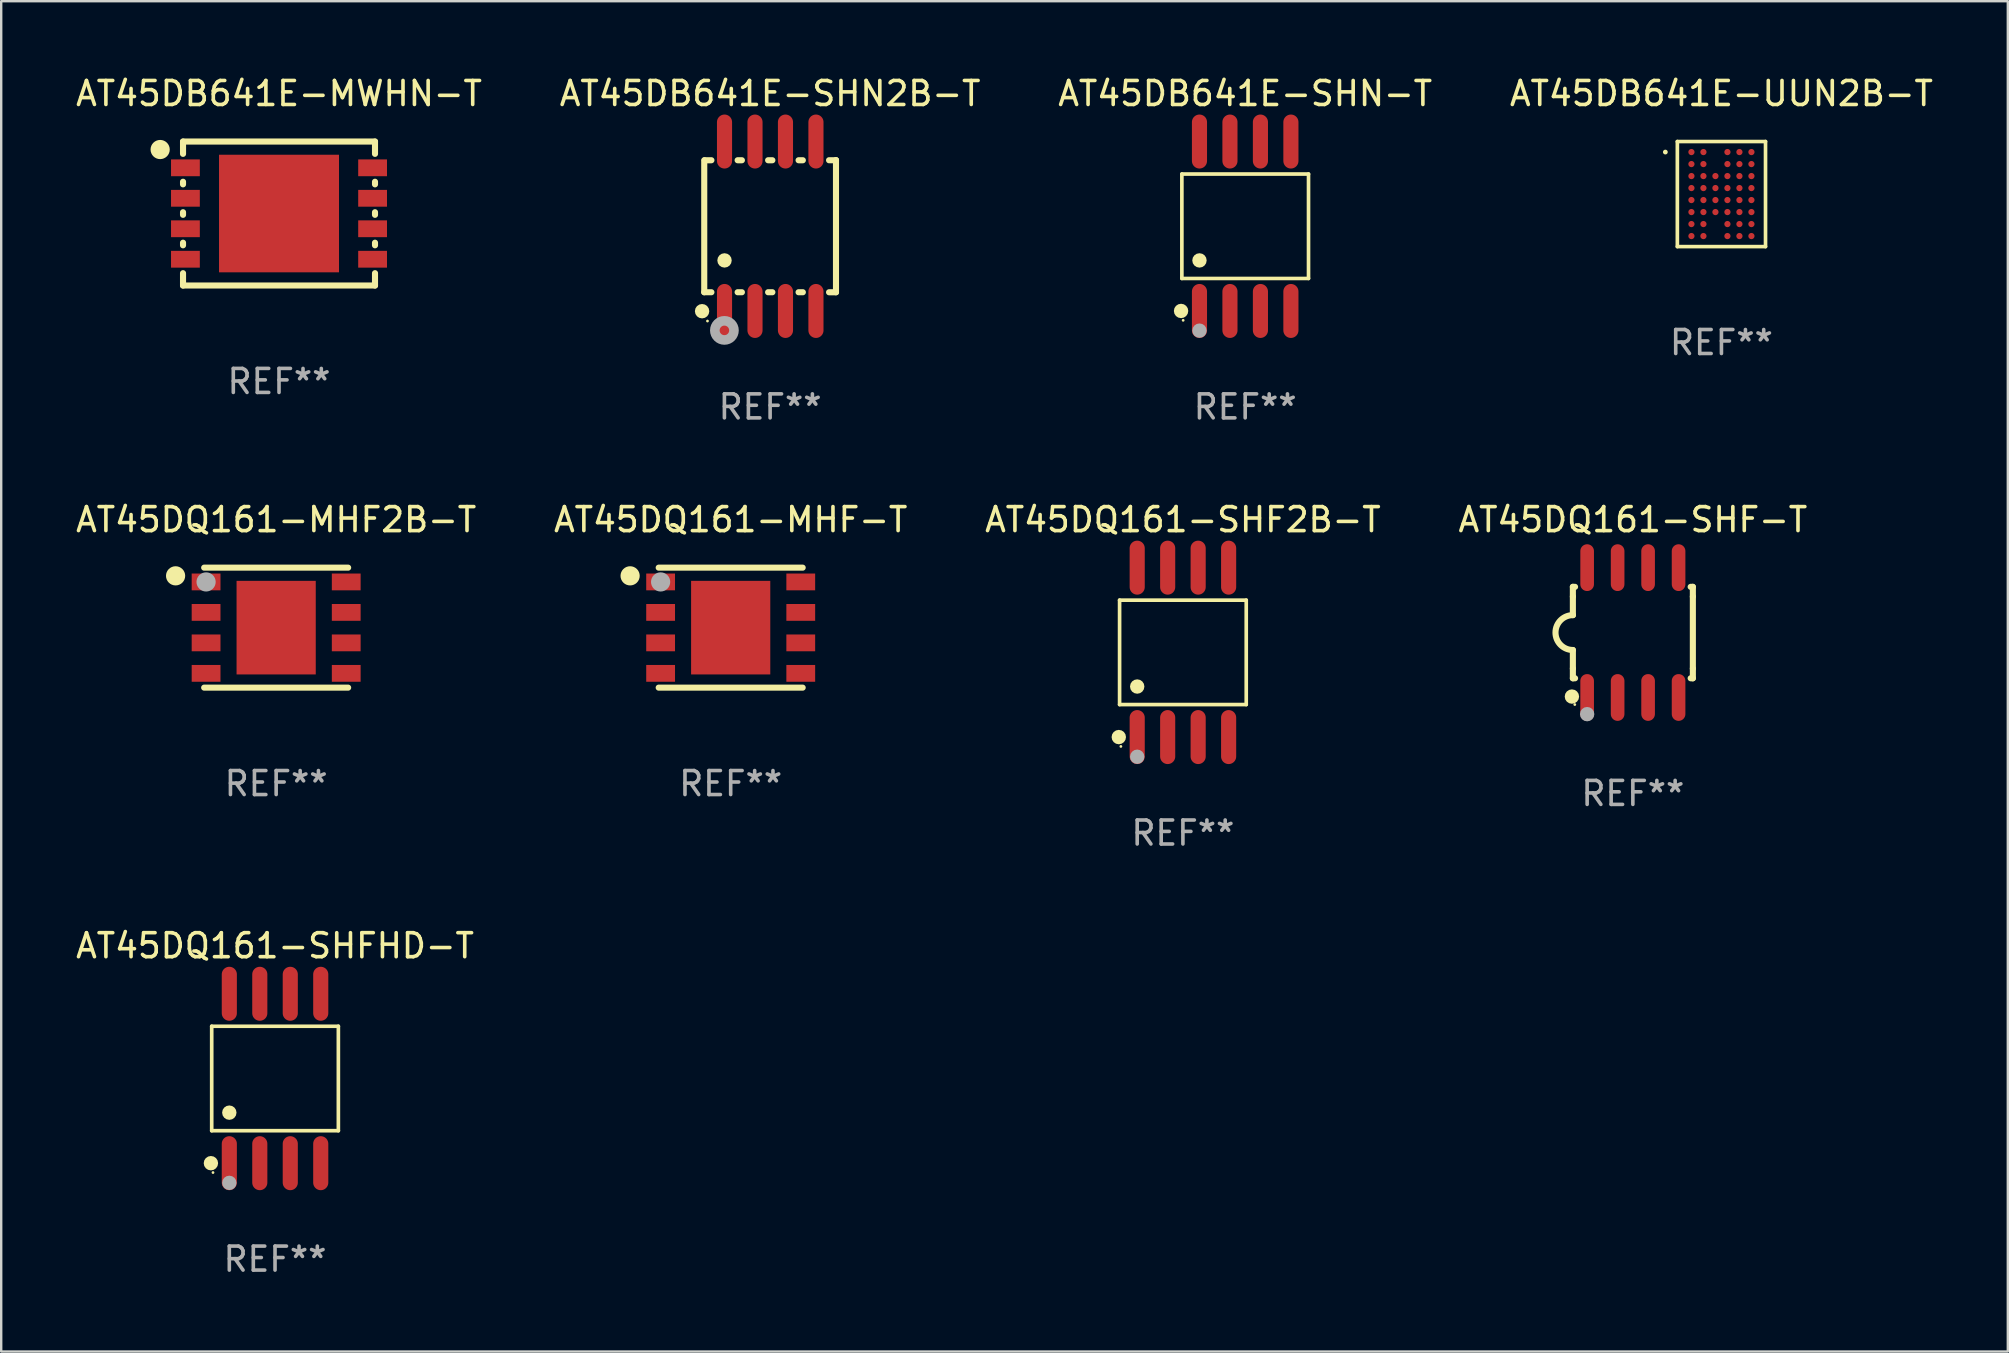
<source format=kicad_pcb>
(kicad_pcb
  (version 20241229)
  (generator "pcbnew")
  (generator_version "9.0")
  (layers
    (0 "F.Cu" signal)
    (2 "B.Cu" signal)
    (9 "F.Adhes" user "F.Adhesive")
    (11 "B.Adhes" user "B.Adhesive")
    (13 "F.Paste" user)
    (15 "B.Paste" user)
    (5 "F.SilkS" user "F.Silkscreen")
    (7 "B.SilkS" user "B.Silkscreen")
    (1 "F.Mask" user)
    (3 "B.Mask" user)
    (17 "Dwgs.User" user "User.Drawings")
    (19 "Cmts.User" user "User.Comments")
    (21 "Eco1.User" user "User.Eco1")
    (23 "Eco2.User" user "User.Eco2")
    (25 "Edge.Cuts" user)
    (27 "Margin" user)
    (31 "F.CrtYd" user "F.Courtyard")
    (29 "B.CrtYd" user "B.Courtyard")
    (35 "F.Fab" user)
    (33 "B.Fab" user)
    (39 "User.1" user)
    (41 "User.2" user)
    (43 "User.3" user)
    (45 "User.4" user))
  (footprint "AT45DB641E-SHN2B-T"
    (layer "F.Cu")
    (at 29.042 6.378)
    (property "Reference" "AT45DB641E-SHN2B-T" (at 0 -5.53 0) (layer "F.SilkS") (effects (font (size 1 1) (thickness 0.15))))
    (attr through_hole)
    (fp_line (start -2.745 -2.75) (end -2.745 2.75) (stroke (width 0.254) (type solid)) (layer "F.SilkS"))
    (fp_line (start -2.745 2.75) (end -2.446 2.75) (stroke (width 0.254) (type solid)) (layer "F.SilkS"))
    (fp_line (start -2.446 -2.75) (end -2.725 -2.75) (stroke (width 0.254) (type solid)) (layer "F.SilkS"))
    (fp_line (start -1.354 2.75) (end -1.176 2.75) (stroke (width 0.254) (type solid)) (layer "F.SilkS"))
    (fp_line (start -1.176 -2.75) (end -1.354 -2.75) (stroke (width 0.254) (type solid)) (layer "F.SilkS"))
    (fp_line (start -0.084 2.75) (end 0.094 2.75) (stroke (width 0.254) (type solid)) (layer "F.SilkS"))
    (fp_line (start 0.094 -2.75) (end -0.084 -2.75) (stroke (width 0.254) (type solid)) (layer "F.SilkS"))
    (fp_line (start 1.186 2.75) (end 1.364 2.75) (stroke (width 0.254) (type solid)) (layer "F.SilkS"))
    (fp_line (start 1.364 -2.75) (end 1.186 -2.75) (stroke (width 0.254) (type solid)) (layer "F.SilkS"))
    (fp_line (start 2.456 2.751) (end 2.745 2.751) (stroke (width 0.254) (type solid)) (layer "F.SilkS"))
    (fp_line (start 2.745 -2.751) (end 2.456 -2.751) (stroke (width 0.254) (type solid)) (layer "F.SilkS"))
    (fp_line (start 2.745 -2.751) (end 2.745 -2.751) (stroke (width 0.254) (type solid)) (layer "F.SilkS"))
    (fp_line (start 2.745 2.751) (end 2.745 -2.751) (stroke (width 0.254) (type solid)) (layer "F.SilkS"))
    (fp_circle (center -2.835 3.54) (end -2.685 3.54) (stroke (width 0.3) (type solid)) (fill no) (layer "F.SilkS"))
    (fp_circle (center -2.61 3.95) (end -2.58 3.95) (stroke (width 0.06) (type solid)) (fill no) (layer "F.SilkS"))
    (fp_circle (center -1.9 1.424) (end -1.75 1.424) (stroke (width 0.3) (type solid)) (fill no) (layer "F.SilkS"))
    (fp_circle (center -1.905 4.34) (end -1.706 4.34) (stroke (width 0.4) (type solid)) (fill no) (layer "F.Fab"))
    (fp_text user "REF**" (at 0 7.53 0) (layer "F.Fab") (effects (font (size 1 1) (thickness 0.15))))
    (pad "1" smd oval (at -1.9 3.53) (size 0.63 2.25) (layers "F.Cu" "F.Mask" "F.Paste"))
    (pad "2" smd oval (at -0.63 3.53) (size 0.63 2.25) (layers "F.Cu" "F.Mask" "F.Paste"))
    (pad "3" smd oval (at 0.64 3.53) (size 0.63 2.25) (layers "F.Cu" "F.Mask" "F.Paste"))
    (pad "4" smd oval (at 1.91 3.53) (size 0.63 2.25) (layers "F.Cu" "F.Mask" "F.Paste"))
    (pad "5" smd oval (at 1.91 -3.53) (size 0.63 2.25) (layers "F.Cu" "F.Mask" "F.Paste"))
    (pad "6" smd oval (at 0.64 -3.53) (size 0.63 2.25) (layers "F.Cu" "F.Mask" "F.Paste"))
    (pad "7" smd oval (at -0.63 -3.53) (size 0.63 2.25) (layers "F.Cu" "F.Mask" "F.Paste"))
    (pad "8" smd oval (at -1.9 -3.53) (size 0.63 2.25) (layers "F.Cu" "F.Mask" "F.Paste")))
  (footprint "AT45DQ161-MHF-T"
    (layer "F.Cu")
    (at 27.399 23.105)
    (property "Reference" "AT45DQ161-MHF-T" (at 0 -4.5 0) (layer "F.SilkS") (effects (font (size 1 1) (thickness 0.15))))
    (attr through_hole)
    (fp_line (start 3 -2.5) (end -3 -2.5) (stroke (width 0.254) (type solid)) (layer "F.SilkS"))
    (fp_line (start 3 2.5) (end -3 2.5) (stroke (width 0.254) (type solid)) (layer "F.SilkS"))
    (fp_circle (center -4.191 -2.159) (end -3.991 -2.159) (stroke (width 0.4) (type solid)) (fill no) (layer "F.SilkS"))
    (fp_circle (center -3 -2.5) (end -2.97 -2.5) (stroke (width 0.06) (type solid)) (fill no) (layer "F.SilkS"))
    (fp_circle (center -2.92 -1.905) (end -2.72 -1.905) (stroke (width 0.4) (type solid)) (fill no) (layer "F.Fab"))
    (fp_text user "REF**" (at 0 6.5 0) (layer "F.Fab") (effects (font (size 1 1) (thickness 0.15))))
    (pad "1" smd rect (at -2.92 -1.905) (size 1.2 0.7) (layers "F.Cu" "F.Mask" "F.Paste"))
    (pad "2" smd rect (at -2.92 -0.635) (size 1.2 0.7) (layers "F.Cu" "F.Mask" "F.Paste"))
    (pad "3" smd rect (at -2.92 0.635) (size 1.2 0.7) (layers "F.Cu" "F.Mask" "F.Paste"))
    (pad "4" smd rect (at -2.92 1.905) (size 1.2 0.7) (layers "F.Cu" "F.Mask" "F.Paste"))
    (pad "5" smd rect (at 2.92 1.905) (size 1.2 0.7) (layers "F.Cu" "F.Mask" "F.Paste"))
    (pad "6" smd rect (at 2.92 0.635) (size 1.2 0.7) (layers "F.Cu" "F.Mask" "F.Paste"))
    (pad "7" smd rect (at 2.92 -0.635) (size 1.2 0.7) (layers "F.Cu" "F.Mask" "F.Paste"))
    (pad "8" smd rect (at 2.92 -1.905) (size 1.2 0.7) (layers "F.Cu" "F.Mask" "F.Paste"))
    (pad "9" smd rect (at 0 0) (size 3.3 3.9) (layers "F.Cu" "F.Mask" "F.Paste")))
  (footprint "AT45DB641E-SHN-T"
    (layer "F.Cu")
    (at 48.839 6.378)
    (property "Reference" "AT45DB641E-SHN-T" (at 0 -5.53 0) (layer "F.SilkS") (effects (font (size 1 1) (thickness 0.15))))
    (attr through_hole)
    (fp_line (start -2.639 -2.176) (end 2.639 -2.176) (stroke (width 0.152) (type solid)) (layer "F.SilkS"))
    (fp_line (start -2.639 2.176) (end -2.639 -2.176) (stroke (width 0.152) (type solid)) (layer "F.SilkS"))
    (fp_line (start 2.639 -2.176) (end 2.639 2.176) (stroke (width 0.152) (type solid)) (layer "F.SilkS"))
    (fp_line (start 2.639 2.176) (end -2.639 2.176) (stroke (width 0.152) (type solid)) (layer "F.SilkS"))
    (fp_circle (center -2.672 3.53) (end -2.522 3.53) (stroke (width 0.3) (type solid)) (fill no) (layer "F.SilkS"))
    (fp_circle (center -2.585 3.92) (end -2.555 3.92) (stroke (width 0.06) (type solid)) (fill no) (layer "F.SilkS"))
    (fp_circle (center -1.905 1.424) (end -1.755 1.424) (stroke (width 0.3) (type solid)) (fill no) (layer "F.SilkS"))
    (fp_circle (center -1.905 4.35) (end -1.755 4.35) (stroke (width 0.3) (type solid)) (fill no) (layer "F.Fab"))
    (fp_text user "REF**" (at 0 7.53 0) (layer "F.Fab") (effects (font (size 1 1) (thickness 0.15))))
    (pad "1" smd oval (at -1.905 3.53) (size 0.63 2.25) (layers "F.Cu" "F.Mask" "F.Paste"))
    (pad "2" smd oval (at -0.635 3.53) (size 0.63 2.25) (layers "F.Cu" "F.Mask" "F.Paste"))
    (pad "3" smd oval (at 0.635 3.53) (size 0.63 2.25) (layers "F.Cu" "F.Mask" "F.Paste"))
    (pad "4" smd oval (at 1.905 3.53) (size 0.63 2.25) (layers "F.Cu" "F.Mask" "F.Paste"))
    (pad "5" smd oval (at 1.905 -3.53) (size 0.63 2.25) (layers "F.Cu" "F.Mask" "F.Paste"))
    (pad "6" smd oval (at 0.635 -3.53) (size 0.63 2.25) (layers "F.Cu" "F.Mask" "F.Paste"))
    (pad "7" smd oval (at -0.635 -3.53) (size 0.63 2.25) (layers "F.Cu" "F.Mask" "F.Paste"))
    (pad "8" smd oval (at -1.905 -3.53) (size 0.63 2.25) (layers "F.Cu" "F.Mask" "F.Paste")))
  (footprint "AT45DQ161-MHF2B-T"
    (layer "F.Cu")
    (at 8.458 23.105)
    (property "Reference" "AT45DQ161-MHF2B-T" (at 0 -4.5 0) (layer "F.SilkS") (effects (font (size 1 1) (thickness 0.15))))
    (attr through_hole)
    (fp_line (start 3 -2.5) (end -3 -2.5) (stroke (width 0.254) (type solid)) (layer "F.SilkS"))
    (fp_line (start 3 2.5) (end -3 2.5) (stroke (width 0.254) (type solid)) (layer "F.SilkS"))
    (fp_circle (center -4.191 -2.159) (end -3.991 -2.159) (stroke (width 0.4) (type solid)) (fill no) (layer "F.SilkS"))
    (fp_circle (center -3 -2.5) (end -2.97 -2.5) (stroke (width 0.06) (type solid)) (fill no) (layer "F.SilkS"))
    (fp_circle (center -2.92 -1.905) (end -2.72 -1.905) (stroke (width 0.4) (type solid)) (fill no) (layer "F.Fab"))
    (fp_text user "REF**" (at 0 6.5 0) (layer "F.Fab") (effects (font (size 1 1) (thickness 0.15))))
    (pad "1" smd rect (at -2.92 -1.905) (size 1.2 0.7) (layers "F.Cu" "F.Mask" "F.Paste"))
    (pad "2" smd rect (at -2.92 -0.635) (size 1.2 0.7) (layers "F.Cu" "F.Mask" "F.Paste"))
    (pad "3" smd rect (at -2.92 0.635) (size 1.2 0.7) (layers "F.Cu" "F.Mask" "F.Paste"))
    (pad "4" smd rect (at -2.92 1.905) (size 1.2 0.7) (layers "F.Cu" "F.Mask" "F.Paste"))
    (pad "5" smd rect (at 2.92 1.905) (size 1.2 0.7) (layers "F.Cu" "F.Mask" "F.Paste"))
    (pad "6" smd rect (at 2.92 0.635) (size 1.2 0.7) (layers "F.Cu" "F.Mask" "F.Paste"))
    (pad "7" smd rect (at 2.92 -0.635) (size 1.2 0.7) (layers "F.Cu" "F.Mask" "F.Paste"))
    (pad "8" smd rect (at 2.92 -1.905) (size 1.2 0.7) (layers "F.Cu" "F.Mask" "F.Paste"))
    (pad "9" smd rect (at 0 0) (size 3.3 3.9) (layers "F.Cu" "F.Mask" "F.Paste")))
  (footprint "AT45DQ161-SHF2B-T"
    (layer "F.Cu")
    (at 46.244 24.135)
    (property "Reference" "AT45DQ161-SHF2B-T" (at 0 -5.53 0) (layer "F.SilkS") (effects (font (size 1 1) (thickness 0.15))))
    (attr through_hole)
    (fp_line (start -2.639 -2.176) (end 2.639 -2.176) (stroke (width 0.152) (type solid)) (layer "F.SilkS"))
    (fp_line (start -2.639 2.176) (end -2.639 -2.176) (stroke (width 0.152) (type solid)) (layer "F.SilkS"))
    (fp_line (start 2.639 -2.176) (end 2.639 2.176) (stroke (width 0.152) (type solid)) (layer "F.SilkS"))
    (fp_line (start 2.639 2.176) (end -2.639 2.176) (stroke (width 0.152) (type solid)) (layer "F.SilkS"))
    (fp_circle (center -2.672 3.53) (end -2.522 3.53) (stroke (width 0.3) (type solid)) (fill no) (layer "F.SilkS"))
    (fp_circle (center -2.585 3.92) (end -2.555 3.92) (stroke (width 0.06) (type solid)) (fill no) (layer "F.SilkS"))
    (fp_circle (center -1.905 1.424) (end -1.755 1.424) (stroke (width 0.3) (type solid)) (fill no) (layer "F.SilkS"))
    (fp_circle (center -1.905 4.35) (end -1.755 4.35) (stroke (width 0.3) (type solid)) (fill no) (layer "F.Fab"))
    (fp_text user "REF**" (at 0 7.53 0) (layer "F.Fab") (effects (font (size 1 1) (thickness 0.15))))
    (pad "1" smd oval (at -1.905 3.53) (size 0.63 2.25) (layers "F.Cu" "F.Mask" "F.Paste"))
    (pad "2" smd oval (at -0.635 3.53) (size 0.63 2.25) (layers "F.Cu" "F.Mask" "F.Paste"))
    (pad "3" smd oval (at 0.635 3.53) (size 0.63 2.25) (layers "F.Cu" "F.Mask" "F.Paste"))
    (pad "4" smd oval (at 1.905 3.53) (size 0.63 2.25) (layers "F.Cu" "F.Mask" "F.Paste"))
    (pad "5" smd oval (at 1.905 -3.53) (size 0.63 2.25) (layers "F.Cu" "F.Mask" "F.Paste"))
    (pad "6" smd oval (at 0.635 -3.53) (size 0.63 2.25) (layers "F.Cu" "F.Mask" "F.Paste"))
    (pad "7" smd oval (at -0.635 -3.53) (size 0.63 2.25) (layers "F.Cu" "F.Mask" "F.Paste"))
    (pad "8" smd oval (at -1.905 -3.53) (size 0.63 2.25) (layers "F.Cu" "F.Mask" "F.Paste")))
  (footprint "AT45DB641E-UUN2B-T"
    (layer "F.Cu")
    (at 68.685 5.037)
    (property "Reference" "AT45DB641E-UUN2B-T" (at 0 -4.189 0) (layer "F.SilkS") (effects (font (size 1 1) (thickness 0.15))))
    (attr through_hole)
    (fp_line (start -1.837 -2.189) (end 1.837 -2.189) (stroke (width 0.152) (type solid)) (layer "F.SilkS"))
    (fp_line (start -1.837 2.189) (end -1.837 -2.189) (stroke (width 0.152) (type solid)) (layer "F.SilkS"))
    (fp_line (start 1.837 -2.189) (end 1.837 2.189) (stroke (width 0.152) (type solid)) (layer "F.SilkS"))
    (fp_line (start 1.837 2.189) (end -1.837 2.189) (stroke (width 0.152) (type solid)) (layer "F.SilkS"))
    (fp_circle (center -2.337 -1.75) (end -2.287 -1.75) (stroke (width 0.1) (type solid)) (fill no) (layer "F.SilkS"))
    (fp_text user "REF**" (at 0 6.189 0) (layer "F.Fab") (effects (font (size 1 1) (thickness 0.15))))
    (pad "A1" smd circle (at -1.25 -1.75) (size 0.26 0.26) (layers "F.Cu" "F.Mask" "F.Paste"))
    (pad "A2" smd circle (at -0.75 -1.75) (size 0.26 0.26) (layers "F.Cu" "F.Mask" "F.Paste"))
    (pad "A4" smd circle (at 0.25 -1.75) (size 0.26 0.26) (layers "F.Cu" "F.Mask" "F.Paste"))
    (pad "A5" smd circle (at 0.75 -1.75) (size 0.26 0.26) (layers "F.Cu" "F.Mask" "F.Paste"))
    (pad "A6" smd circle (at 1.25 -1.75) (size 0.26 0.26) (layers "F.Cu" "F.Mask" "F.Paste"))
    (pad "B1" smd circle (at -1.25 -1.25) (size 0.26 0.26) (layers "F.Cu" "F.Mask" "F.Paste"))
    (pad "B2" smd circle (at -0.75 -1.25) (size 0.26 0.26) (layers "F.Cu" "F.Mask" "F.Paste"))
    (pad "B4" smd circle (at 0.25 -1.25) (size 0.26 0.26) (layers "F.Cu" "F.Mask" "F.Paste"))
    (pad "B5" smd circle (at 0.75 -1.25) (size 0.26 0.26) (layers "F.Cu" "F.Mask" "F.Paste"))
    (pad "B6" smd circle (at 1.25 -1.25) (size 0.26 0.26) (layers "F.Cu" "F.Mask" "F.Paste"))
    (pad "C1" smd circle (at -1.25 -0.75) (size 0.26 0.26) (layers "F.Cu" "F.Mask" "F.Paste"))
    (pad "C2" smd circle (at -0.75 -0.75) (size 0.26 0.26) (layers "F.Cu" "F.Mask" "F.Paste"))
    (pad "C3" smd circle (at -0.25 -0.75) (size 0.26 0.26) (layers "F.Cu" "F.Mask" "F.Paste"))
    (pad "C4" smd circle (at 0.25 -0.75) (size 0.26 0.26) (layers "F.Cu" "F.Mask" "F.Paste"))
    (pad "C5" smd circle (at 0.75 -0.75) (size 0.26 0.26) (layers "F.Cu" "F.Mask" "F.Paste"))
    (pad "C6" smd circle (at 1.25 -0.75) (size 0.26 0.26) (layers "F.Cu" "F.Mask" "F.Paste"))
    (pad "D1" smd circle (at -1.25 -0.25) (size 0.26 0.26) (layers "F.Cu" "F.Mask" "F.Paste"))
    (pad "D2" smd circle (at -0.75 -0.25) (size 0.26 0.26) (layers "F.Cu" "F.Mask" "F.Paste"))
    (pad "D3" smd circle (at -0.25 -0.25) (size 0.26 0.26) (layers "F.Cu" "F.Mask" "F.Paste"))
    (pad "D4" smd circle (at 0.25 -0.25) (size 0.26 0.26) (layers "F.Cu" "F.Mask" "F.Paste"))
    (pad "D5" smd circle (at 0.75 -0.25) (size 0.26 0.26) (layers "F.Cu" "F.Mask" "F.Paste"))
    (pad "D6" smd circle (at 1.25 -0.25) (size 0.26 0.26) (layers "F.Cu" "F.Mask" "F.Paste"))
    (pad "E1" smd circle (at -1.25 0.25) (size 0.26 0.26) (layers "F.Cu" "F.Mask" "F.Paste"))
    (pad "E2" smd circle (at -0.75 0.25) (size 0.26 0.26) (layers "F.Cu" "F.Mask" "F.Paste"))
    (pad "E3" smd circle (at -0.25 0.25) (size 0.26 0.26) (layers "F.Cu" "F.Mask" "F.Paste"))
    (pad "E4" smd circle (at 0.25 0.25) (size 0.26 0.26) (layers "F.Cu" "F.Mask" "F.Paste"))
    (pad "E5" smd circle (at 0.75 0.25) (size 0.26 0.26) (layers "F.Cu" "F.Mask" "F.Paste"))
    (pad "E6" smd circle (at 1.25 0.25) (size 0.26 0.26) (layers "F.Cu" "F.Mask" "F.Paste"))
    (pad "F1" smd circle (at -1.25 0.75) (size 0.26 0.26) (layers "F.Cu" "F.Mask" "F.Paste"))
    (pad "F2" smd circle (at -0.75 0.75) (size 0.26 0.26) (layers "F.Cu" "F.Mask" "F.Paste"))
    (pad "F3" smd circle (at -0.25 0.75) (size 0.26 0.26) (layers "F.Cu" "F.Mask" "F.Paste"))
    (pad "F4" smd circle (at 0.25 0.75) (size 0.26 0.26) (layers "F.Cu" "F.Mask" "F.Paste"))
    (pad "F5" smd circle (at 0.75 0.75) (size 0.26 0.26) (layers "F.Cu" "F.Mask" "F.Paste"))
    (pad "F6" smd circle (at 1.25 0.75) (size 0.26 0.26) (layers "F.Cu" "F.Mask" "F.Paste"))
    (pad "G1" smd circle (at -1.25 1.25) (size 0.26 0.26) (layers "F.Cu" "F.Mask" "F.Paste"))
    (pad "G2" smd circle (at -0.75 1.25) (size 0.26 0.26) (layers "F.Cu" "F.Mask" "F.Paste"))
    (pad "G4" smd circle (at 0.25 1.25) (size 0.26 0.26) (layers "F.Cu" "F.Mask" "F.Paste"))
    (pad "G5" smd circle (at 0.75 1.25) (size 0.26 0.26) (layers "F.Cu" "F.Mask" "F.Paste"))
    (pad "G6" smd circle (at 1.25 1.25) (size 0.26 0.26) (layers "F.Cu" "F.Mask" "F.Paste"))
    (pad "H1" smd circle (at -1.25 1.75) (size 0.26 0.26) (layers "F.Cu" "F.Mask" "F.Paste"))
    (pad "H2" smd circle (at -0.75 1.75) (size 0.26 0.26) (layers "F.Cu" "F.Mask" "F.Paste"))
    (pad "H4" smd circle (at 0.25 1.75) (size 0.26 0.26) (layers "F.Cu" "F.Mask" "F.Paste"))
    (pad "H5" smd circle (at 0.75 1.75) (size 0.26 0.26) (layers "F.Cu" "F.Mask" "F.Paste"))
    (pad "H6" smd circle (at 1.25 1.75) (size 0.26 0.26) (layers "F.Cu" "F.Mask" "F.Paste")))
  (footprint "AT45DQ161-SHF-T"
    (layer "F.Cu")
    (at 64.994 23.31)
    (property "Reference" "AT45DQ161-SHF-T" (at 0 -4.705 0) (layer "F.SilkS") (effects (font (size 1 1) (thickness 0.15))))
    (attr through_hole)
    (fp_line (start -2.5 -1.905) (end -2.409 -1.905) (stroke (width 0.254) (type solid)) (layer "F.SilkS"))
    (fp_line (start -2.5 -1.5) (end -2.5 -1.905) (stroke (width 0.254) (type solid)) (layer "F.SilkS"))
    (fp_line (start -2.5 -1.5) (end -2.5 -0.726) (stroke (width 0.254) (type solid)) (layer "F.SilkS"))
    (fp_line (start -2.5 1.5) (end -2.5 0.727) (stroke (width 0.254) (type solid)) (layer "F.SilkS"))
    (fp_line (start -2.5 1.5) (end -2.5 1.905) (stroke (width 0.254) (type solid)) (layer "F.SilkS"))
    (fp_line (start -2.5 1.905) (end -2.409 1.905) (stroke (width 0.254) (type solid)) (layer "F.SilkS"))
    (fp_line (start 2.5 -1.905) (end 2.409 -1.905) (stroke (width 0.254) (type solid)) (layer "F.SilkS"))
    (fp_line (start 2.5 -1.5) (end 2.5 -1.905) (stroke (width 0.254) (type solid)) (layer "F.SilkS"))
    (fp_line (start 2.5 -1.5) (end 2.5 1.5) (stroke (width 0.254) (type solid)) (layer "F.SilkS"))
    (fp_line (start 2.5 1.5) (end 2.5 1.905) (stroke (width 0.254) (type solid)) (layer "F.SilkS"))
    (fp_line (start 2.5 1.905) (end 2.409 1.905) (stroke (width 0.254) (type solid)) (layer "F.SilkS"))
    (fp_arc (start -2.5 0.726568) (mid -3.220316 -0.0023) (end -2.495097 -0.726289) (stroke (width 0.254001) (type solid)) (layer "F.SilkS"))
    (fp_circle (center -2.54 2.667) (end -2.39 2.667) (stroke (width 0.3) (type solid)) (fill no) (layer "F.SilkS"))
    (fp_circle (center -2.42 3) (end -2.39 3) (stroke (width 0.06) (type solid)) (fill no) (layer "F.SilkS"))
    (fp_circle (center -1.905 3.4) (end -1.755 3.4) (stroke (width 0.3) (type solid)) (fill no) (layer "F.Fab"))
    (fp_text user "REF**" (at 0 6.705 0) (layer "F.Fab") (effects (font (size 1 1) (thickness 0.15))))
    (pad "1" smd oval (at -1.905 2.705) (size 0.568 1.95) (layers "F.Cu" "F.Mask" "F.Paste"))
    (pad "2" smd oval (at -0.635 2.705) (size 0.568 1.95) (layers "F.Cu" "F.Mask" "F.Paste"))
    (pad "3" smd oval (at 0.635 2.705) (size 0.568 1.95) (layers "F.Cu" "F.Mask" "F.Paste"))
    (pad "4" smd oval (at 1.905 2.705) (size 0.568 1.95) (layers "F.Cu" "F.Mask" "F.Paste"))
    (pad "5" smd oval (at 1.905 -2.705) (size 0.568 1.95) (layers "F.Cu" "F.Mask" "F.Paste"))
    (pad "6" smd oval (at 0.635 -2.705) (size 0.568 1.95) (layers "F.Cu" "F.Mask" "F.Paste"))
    (pad "7" smd oval (at -0.635 -2.705) (size 0.568 1.95) (layers "F.Cu" "F.Mask" "F.Paste"))
    (pad "8" smd oval (at -1.905 -2.705) (size 0.568 1.95) (layers "F.Cu" "F.Mask" "F.Paste")))
  (footprint "AT45DQ161-SHFHD-T"
    (layer "F.Cu")
    (at 8.411 41.892)
    (property "Reference" "AT45DQ161-SHFHD-T" (at 0 -5.53 0) (layer "F.SilkS") (effects (font (size 1 1) (thickness 0.15))))
    (attr through_hole)
    (fp_line (start -2.639 -2.176) (end 2.639 -2.176) (stroke (width 0.152) (type solid)) (layer "F.SilkS"))
    (fp_line (start -2.639 2.176) (end -2.639 -2.176) (stroke (width 0.152) (type solid)) (layer "F.SilkS"))
    (fp_line (start 2.639 -2.176) (end 2.639 2.176) (stroke (width 0.152) (type solid)) (layer "F.SilkS"))
    (fp_line (start 2.639 2.176) (end -2.639 2.176) (stroke (width 0.152) (type solid)) (layer "F.SilkS"))
    (fp_circle (center -2.672 3.53) (end -2.522 3.53) (stroke (width 0.3) (type solid)) (fill no) (layer "F.SilkS"))
    (fp_circle (center -2.585 3.92) (end -2.555 3.92) (stroke (width 0.06) (type solid)) (fill no) (layer "F.SilkS"))
    (fp_circle (center -1.905 1.424) (end -1.755 1.424) (stroke (width 0.3) (type solid)) (fill no) (layer "F.SilkS"))
    (fp_circle (center -1.905 4.35) (end -1.755 4.35) (stroke (width 0.3) (type solid)) (fill no) (layer "F.Fab"))
    (fp_text user "REF**" (at 0 7.53 0) (layer "F.Fab") (effects (font (size 1 1) (thickness 0.15))))
    (pad "1" smd oval (at -1.905 3.53) (size 0.63 2.25) (layers "F.Cu" "F.Mask" "F.Paste"))
    (pad "2" smd oval (at -0.635 3.53) (size 0.63 2.25) (layers "F.Cu" "F.Mask" "F.Paste"))
    (pad "3" smd oval (at 0.635 3.53) (size 0.63 2.25) (layers "F.Cu" "F.Mask" "F.Paste"))
    (pad "4" smd oval (at 1.905 3.53) (size 0.63 2.25) (layers "F.Cu" "F.Mask" "F.Paste"))
    (pad "5" smd oval (at 1.905 -3.53) (size 0.63 2.25) (layers "F.Cu" "F.Mask" "F.Paste"))
    (pad "6" smd oval (at 0.635 -3.53) (size 0.63 2.25) (layers "F.Cu" "F.Mask" "F.Paste"))
    (pad "7" smd oval (at -0.635 -3.53) (size 0.63 2.25) (layers "F.Cu" "F.Mask" "F.Paste"))
    (pad "8" smd oval (at -1.905 -3.53) (size 0.63 2.25) (layers "F.Cu" "F.Mask" "F.Paste")))
  (footprint "AT45DB641E-MWHN-T"
    (layer "F.Cu")
    (at 8.577 5.848)
    (property "Reference" "AT45DB641E-MWHN-T" (at 0 -5 0) (layer "F.SilkS") (effects (font (size 1 1) (thickness 0.15))))
    (attr through_hole)
    (fp_line (start -4 -3) (end -4 -2.486) (stroke (width 0.254) (type solid)) (layer "F.SilkS"))
    (fp_line (start -4 -1.324) (end -4 -1.216) (stroke (width 0.254) (type solid)) (layer "F.SilkS"))
    (fp_line (start -4 -0.054) (end -4 0.054) (stroke (width 0.254) (type solid)) (layer "F.SilkS"))
    (fp_line (start -4 1.216) (end -4 1.324) (stroke (width 0.254) (type solid)) (layer "F.SilkS"))
    (fp_line (start -4 2.486) (end -4 3) (stroke (width 0.254) (type solid)) (layer "F.SilkS"))
    (fp_line (start 4 -3) (end -4 -3) (stroke (width 0.254) (type solid)) (layer "F.SilkS"))
    (fp_line (start 4 -3) (end 4 -2.486) (stroke (width 0.254) (type solid)) (layer "F.SilkS"))
    (fp_line (start 4 -1.324) (end 4 -1.216) (stroke (width 0.254) (type solid)) (layer "F.SilkS"))
    (fp_line (start 4 -0.054) (end 4 0.054) (stroke (width 0.254) (type solid)) (layer "F.SilkS"))
    (fp_line (start 4 1.216) (end 4 1.324) (stroke (width 0.254) (type solid)) (layer "F.SilkS"))
    (fp_line (start 4 2.486) (end 4 3) (stroke (width 0.254) (type solid)) (layer "F.SilkS"))
    (fp_line (start 4 3) (end -4 3) (stroke (width 0.254) (type solid)) (layer "F.SilkS"))
    (fp_circle (center -4.953 -2.667) (end -4.753 -2.667) (stroke (width 0.4) (type solid)) (fill no) (layer "F.SilkS"))
    (fp_text user "REF**" (at 0 7 0) (layer "F.Fab") (effects (font (size 1 1) (thickness 0.15))))
    (pad "1" smd rect (at -3.9 -1.905) (size 1.2 0.7) (layers "F.Cu" "F.Mask" "F.Paste"))
    (pad "2" smd rect (at -3.9 -0.635) (size 1.2 0.7) (layers "F.Cu" "F.Mask" "F.Paste"))
    (pad "3" smd rect (at -3.9 0.635) (size 1.2 0.7) (layers "F.Cu" "F.Mask" "F.Paste"))
    (pad "4" smd rect (at -3.9 1.905) (size 1.2 0.7) (layers "F.Cu" "F.Mask" "F.Paste"))
    (pad "5" smd rect (at 3.9 1.905) (size 1.2 0.7) (layers "F.Cu" "F.Mask" "F.Paste"))
    (pad "6" smd rect (at 3.9 0.635) (size 1.2 0.7) (layers "F.Cu" "F.Mask" "F.Paste"))
    (pad "7" smd rect (at 3.9 -0.635) (size 1.2 0.7) (layers "F.Cu" "F.Mask" "F.Paste"))
    (pad "8" smd rect (at 3.9 -1.905) (size 1.2 0.7) (layers "F.Cu" "F.Mask" "F.Paste"))
    (pad "9" smd rect (at 0.000127 0) (size 5 4.9) (layers "F.Cu" "F.Mask" "F.Paste")))
  (gr_rect
    (start -3 -3)
    (end 80.619 53.27)
    (stroke (width 0.1) (type default))
    (fill no)
    (layer "Edge.Cuts")))
</source>
